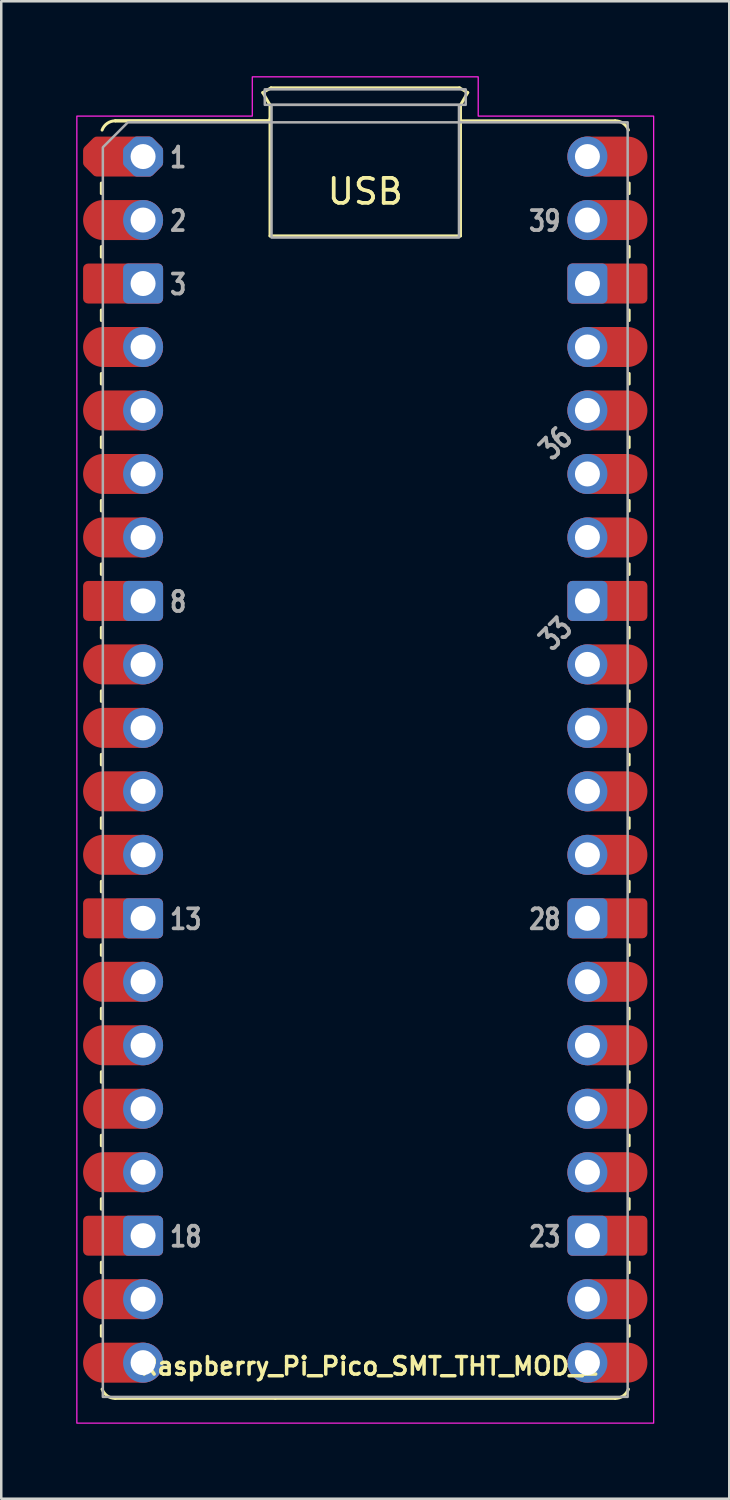
<source format=kicad_pcb>
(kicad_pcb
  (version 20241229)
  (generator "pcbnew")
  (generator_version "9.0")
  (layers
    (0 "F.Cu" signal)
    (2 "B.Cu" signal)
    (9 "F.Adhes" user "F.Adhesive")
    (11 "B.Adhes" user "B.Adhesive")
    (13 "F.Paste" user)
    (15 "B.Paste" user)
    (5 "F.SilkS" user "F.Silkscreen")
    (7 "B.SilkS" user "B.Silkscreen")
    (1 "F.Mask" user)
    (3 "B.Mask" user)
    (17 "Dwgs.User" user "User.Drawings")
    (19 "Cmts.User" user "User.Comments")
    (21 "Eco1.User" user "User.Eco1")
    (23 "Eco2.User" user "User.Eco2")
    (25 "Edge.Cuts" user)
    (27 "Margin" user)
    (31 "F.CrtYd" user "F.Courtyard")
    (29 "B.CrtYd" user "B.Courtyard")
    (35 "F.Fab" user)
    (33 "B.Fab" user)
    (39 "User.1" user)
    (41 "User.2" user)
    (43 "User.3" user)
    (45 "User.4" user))
  (footprint "Raspberry_Pi_Pico_SMT_THT_MOD_2"
    (layer "F.Cu")
    (at 2.675 3.215)
    (property "Reference" "Raspberry_Pi_Pico_SMT_THT_MOD_2" (at 9.06 48.4 0) (layer "F.SilkS") (effects (font (size 0.7 0.7) (thickness 0.14) (bold yes))))
    (attr through_hole)
    (fp_line (start -1.67 1.06) (end -1.67 1.48) (stroke (width 0.12) (type solid)) (layer "F.SilkS"))
    (fp_line (start -1.67 3.6) (end -1.67 4.02) (stroke (width 0.12) (type solid)) (layer "F.SilkS"))
    (fp_line (start -1.67 6.14) (end -1.67 6.56) (stroke (width 0.12) (type solid)) (layer "F.SilkS"))
    (fp_line (start -1.67 8.68) (end -1.67 9.1) (stroke (width 0.12) (type solid)) (layer "F.SilkS"))
    (fp_line (start -1.67 11.22) (end -1.67 11.64) (stroke (width 0.12) (type solid)) (layer "F.SilkS"))
    (fp_line (start -1.67 13.76) (end -1.67 14.18) (stroke (width 0.12) (type solid)) (layer "F.SilkS"))
    (fp_line (start -1.67 16.3) (end -1.67 16.72) (stroke (width 0.12) (type solid)) (layer "F.SilkS"))
    (fp_line (start -1.67 18.84) (end -1.67 19.26) (stroke (width 0.12) (type solid)) (layer "F.SilkS"))
    (fp_line (start -1.67 21.38) (end -1.67 21.8) (stroke (width 0.12) (type solid)) (layer "F.SilkS"))
    (fp_line (start -1.67 23.92) (end -1.67 24.34) (stroke (width 0.12) (type solid)) (layer "F.SilkS"))
    (fp_line (start -1.67 26.46) (end -1.67 26.88) (stroke (width 0.12) (type solid)) (layer "F.SilkS"))
    (fp_line (start -1.67 29) (end -1.67 29.42) (stroke (width 0.12) (type solid)) (layer "F.SilkS"))
    (fp_line (start -1.67 31.54) (end -1.67 31.96) (stroke (width 0.12) (type solid)) (layer "F.SilkS"))
    (fp_line (start -1.67 34.08) (end -1.67 34.5) (stroke (width 0.12) (type solid)) (layer "F.SilkS"))
    (fp_line (start -1.67 36.62) (end -1.67 37.04) (stroke (width 0.12) (type solid)) (layer "F.SilkS"))
    (fp_line (start -1.67 39.16) (end -1.67 39.58) (stroke (width 0.12) (type solid)) (layer "F.SilkS"))
    (fp_line (start -1.67 41.7) (end -1.67 42.12) (stroke (width 0.12) (type solid)) (layer "F.SilkS"))
    (fp_line (start -1.67 44.24) (end -1.67 44.66) (stroke (width 0.12) (type solid)) (layer "F.SilkS"))
    (fp_line (start -1.67 46.78) (end -1.67 47.2) (stroke (width 0.12) (type solid)) (layer "F.SilkS"))
    (fp_line (start -1.11 -1.43) (end 5.08 -1.43) (stroke (width 0.12) (type solid)) (layer "F.SilkS"))
    (fp_line (start -1.11 49.69) (end 5.29 49.69) (stroke (width 0.12) (type solid)) (layer "F.SilkS"))
    (fp_line (start 4.79 -2.56) (end 5.12 -2.75) (stroke (width 0.12) (type solid)) (layer "F.SilkS"))
    (fp_line (start 5.08 -2.06) (end 4.79 -2.56) (stroke (width 0.12) (type solid)) (layer "F.SilkS"))
    (fp_line (start 5.08 -1.524) (end 5.08 3.175) (stroke (width 0.12) (type solid)) (layer "F.SilkS"))
    (fp_line (start 5.08 -1.43) (end -1.11 -1.43) (stroke (width 0.12) (type solid)) (layer "F.SilkS"))
    (fp_line (start 5.08 -1.43) (end 5.08 -2.06) (stroke (width 0.12) (type solid)) (layer "F.SilkS"))
    (fp_line (start 5.08 3.175) (end 12.7 3.175) (stroke (width 0.12) (type solid)) (layer "F.SilkS"))
    (fp_line (start 5.12 -2.75) (end 12.66 -2.75) (stroke (width 0.12) (type solid)) (layer "F.SilkS"))
    (fp_line (start 5.29 49.69) (end 18.89 49.69) (stroke (width 0.12) (type solid)) (layer "F.SilkS"))
    (fp_line (start 12.66 -2.75) (end 12.99 -2.56) (stroke (width 0.12) (type solid)) (layer "F.SilkS"))
    (fp_line (start 12.7 -2.06) (end 12.7 -1.43) (stroke (width 0.12) (type solid)) (layer "F.SilkS"))
    (fp_line (start 12.7 3.175) (end 12.7 -1.43) (stroke (width 0.12) (type solid)) (layer "F.SilkS"))
    (fp_line (start 12.99 -2.56) (end 12.7 -2.06) (stroke (width 0.12) (type solid)) (layer "F.SilkS"))
    (fp_line (start 18.89 -1.43) (end 12.7 -1.43) (stroke (width 0.12) (type solid)) (layer "F.SilkS"))
    (fp_line (start 19.45 1.06) (end 19.45 1.48) (stroke (width 0.12) (type solid)) (layer "F.SilkS"))
    (fp_line (start 19.45 3.6) (end 19.45 4.02) (stroke (width 0.12) (type solid)) (layer "F.SilkS"))
    (fp_line (start 19.45 6.14) (end 19.45 6.56) (stroke (width 0.12) (type solid)) (layer "F.SilkS"))
    (fp_line (start 19.45 8.68) (end 19.45 9.1) (stroke (width 0.12) (type solid)) (layer "F.SilkS"))
    (fp_line (start 19.45 11.22) (end 19.45 11.64) (stroke (width 0.12) (type solid)) (layer "F.SilkS"))
    (fp_line (start 19.45 13.76) (end 19.45 14.18) (stroke (width 0.12) (type solid)) (layer "F.SilkS"))
    (fp_line (start 19.45 16.3) (end 19.45 16.72) (stroke (width 0.12) (type solid)) (layer "F.SilkS"))
    (fp_line (start 19.45 18.84) (end 19.45 19.26) (stroke (width 0.12) (type solid)) (layer "F.SilkS"))
    (fp_line (start 19.45 21.38) (end 19.45 21.8) (stroke (width 0.12) (type solid)) (layer "F.SilkS"))
    (fp_line (start 19.45 23.92) (end 19.45 24.34) (stroke (width 0.12) (type solid)) (layer "F.SilkS"))
    (fp_line (start 19.45 26.46) (end 19.45 26.88) (stroke (width 0.12) (type solid)) (layer "F.SilkS"))
    (fp_line (start 19.45 29) (end 19.45 29.42) (stroke (width 0.12) (type solid)) (layer "F.SilkS"))
    (fp_line (start 19.45 31.54) (end 19.45 31.96) (stroke (width 0.12) (type solid)) (layer "F.SilkS"))
    (fp_line (start 19.45 34.08) (end 19.45 34.5) (stroke (width 0.12) (type solid)) (layer "F.SilkS"))
    (fp_line (start 19.45 36.62) (end 19.45 37.04) (stroke (width 0.12) (type solid)) (layer "F.SilkS"))
    (fp_line (start 19.45 39.16) (end 19.45 39.58) (stroke (width 0.12) (type solid)) (layer "F.SilkS"))
    (fp_line (start 19.45 41.7) (end 19.45 42.12) (stroke (width 0.12) (type solid)) (layer "F.SilkS"))
    (fp_line (start 19.45 44.24) (end 19.45 44.66) (stroke (width 0.12) (type solid)) (layer "F.SilkS"))
    (fp_line (start 19.45 46.78) (end 19.45 47.2) (stroke (width 0.12) (type solid)) (layer "F.SilkS"))
    (fp_arc (start -1.64 -1.06) (mid -1.433508 -1.328808) (end -1.11 -1.43) (stroke (width 0.12) (type solid)) (layer "F.SilkS"))
    (fp_arc (start -1.11 49.69) (mid -1.433508 49.588809) (end -1.64 49.32) (stroke (width 0.12) (type solid)) (layer "F.SilkS"))
    (fp_arc (start 18.89 -1.43) (mid 19.213508 -1.328809) (end 19.42 -1.06) (stroke (width 0.12) (type solid)) (layer "F.SilkS"))
    (fp_arc (start 19.42 49.32) (mid 19.213508 49.588808) (end 18.89 49.69) (stroke (width 0.12) (type solid)) (layer "F.SilkS"))
    (fp_poly (pts (xy 13.41 -1.62) (xy 20.43 -1.62) (xy 20.43 50.68) (xy -2.65 50.68) (xy -2.65 -1.62) (xy 4.37 -1.62) (xy 4.37 -3.19) (xy 13.41 -3.19)) (stroke (width 0.05) (type solid)) (fill no) (layer "F.CrtYd"))
    (fp_rect (start 4.87 -2.69) (end 12.91 -2.07) (stroke (width 0.1) (type solid)) (fill no) (layer "F.Fab"))
    (fp_rect (start 5.14 -2.07) (end 12.64 3.24) (stroke (width 0.1) (type solid)) (fill no) (layer "F.Fab"))
    (fp_poly (pts (xy 19.39 49.63) (xy -1.61 49.63) (xy -1.61 -0.37) (xy -0.61 -1.37) (xy 19.39 -1.37)) (stroke (width 0.1) (type solid)) (fill no) (layer "F.Fab"))
    (fp_text user "USB" (at 8.89 1.397 0) (unlocked yes) (layer "F.SilkS") (effects (font (size 1 1) (thickness 0.15))))
    (fp_text user "39" (at 16.78 2.578 0) (unlocked yes) (layer "F.Fab") (effects (font (size 0.8 0.64) (thickness 0.15)) (justify right)))
    (fp_text user "23" (at 16.78 43.218 0) (unlocked yes) (layer "F.Fab") (effects (font (size 0.8 0.64) (thickness 0.15)) (justify right)))
    (fp_text user "2" (at 1 2.578 0) (unlocked yes) (layer "F.Fab") (effects (font (size 0.8 0.64) (thickness 0.15)) (justify left)))
    (fp_text user "28" (at 16.78 30.518 0) (unlocked yes) (layer "F.Fab") (effects (font (size 0.8 0.64) (thickness 0.15)) (justify right)))
    (fp_text user "18" (at 1 43.218 0) (unlocked yes) (layer "F.Fab") (effects (font (size 0.8 0.64) (thickness 0.15)) (justify left)))
    (fp_text user "8" (at 1 17.818 0) (unlocked yes) (layer "F.Fab") (effects (font (size 0.8 0.64) (thickness 0.15)) (justify left)))
    (fp_text user "33" (at 16.51 19.088 45) (unlocked yes) (layer "F.Fab") (effects (font (size 0.8 0.64) (thickness 0.15))))
    (fp_text user "13" (at 1 30.518 0) (unlocked yes) (layer "F.Fab") (effects (font (size 0.8 0.64) (thickness 0.15)) (justify left)))
    (fp_text user "3" (at 1 5.118 0) (unlocked yes) (layer "F.Fab") (effects (font (size 0.8 0.64) (thickness 0.15)) (justify left)))
    (fp_text user "1" (at 1 0.038 0) (unlocked yes) (layer "F.Fab") (effects (font (size 0.8 0.64) (thickness 0.15)) (justify left)))
    (fp_text user "36" (at 16.51 11.468 45) (unlocked yes) (layer "F.Fab") (effects (font (size 0.8 0.64) (thickness 0.15))))
    (pad "1" smd custom (at -1.6 0) (size 1.6 1.6) (layers "F.Cu" "F.Mask") (options (anchor circle)) (primitives (gr_poly (pts (xy 2.2 0.249) (xy 1.849 0.6) (xy -0.249 0.6) (xy -0.6 0.249) (xy -0.6 -0.249) (xy -0.249 -0.6) (xy 1.849 -0.6) (xy 2.2 -0.249)) (width 0.4) (fill yes))))
    (pad "1" thru_hole custom (at 0 0) (size 1.6 1.6) (drill 1) (layers "*.Cu" "*.Mask") (options (anchor circle)) (primitives (gr_poly (pts (xy 0.6 0.249) (xy 0.249 0.6) (xy -0.249 0.6) (xy -0.6 0.249) (xy -0.6 -0.249) (xy -0.249 -0.6) (xy 0.249 -0.6) (xy 0.6 -0.249)) (width 0.4) (fill yes))))
    (pad "2" smd oval (at -1.6 2.54) (size 3.2 1.6) (drill (offset 0.8 0)) (layers "F.Cu" "F.Mask"))
    (pad "2" thru_hole circle (at 0 2.54) (size 1.6 1.6) (drill 1) (layers "*.Cu" "*.Mask"))
    (pad "3" smd roundrect (at -1.6 5.08) (size 3.2 1.6) (drill (offset 0.8 0)) (layers "F.Cu" "F.Mask") (roundrect_rratio 0.125))
    (pad "3" thru_hole roundrect (at 0 5.08) (size 1.6 1.6) (drill 1) (layers "*.Cu" "*.Mask") (roundrect_rratio 0.125))
    (pad "4" smd oval (at -1.6 7.62) (size 3.2 1.6) (drill (offset 0.8 0)) (layers "F.Cu" "F.Mask"))
    (pad "4" thru_hole circle (at 0 7.62) (size 1.6 1.6) (drill 1) (layers "*.Cu" "*.Mask"))
    (pad "5" smd oval (at -1.6 10.16) (size 3.2 1.6) (drill (offset 0.8 0)) (layers "F.Cu" "F.Mask"))
    (pad "5" thru_hole circle (at 0 10.16) (size 1.6 1.6) (drill 1) (layers "*.Cu" "*.Mask"))
    (pad "6" smd oval (at -1.6 12.7) (size 3.2 1.6) (drill (offset 0.8 0)) (layers "F.Cu" "F.Mask"))
    (pad "6" thru_hole circle (at 0 12.7) (size 1.6 1.6) (drill 1) (layers "*.Cu" "*.Mask"))
    (pad "7" smd oval (at -1.6 15.24) (size 3.2 1.6) (drill (offset 0.8 0)) (layers "F.Cu" "F.Mask"))
    (pad "7" thru_hole circle (at 0 15.24) (size 1.6 1.6) (drill 1) (layers "*.Cu" "*.Mask"))
    (pad "8" smd roundrect (at -1.6 17.78) (size 3.2 1.6) (drill (offset 0.8 0)) (layers "F.Cu" "F.Mask") (roundrect_rratio 0.125))
    (pad "8" thru_hole roundrect (at 0 17.78) (size 1.6 1.6) (drill 1) (layers "*.Cu" "*.Mask") (roundrect_rratio 0.125))
    (pad "9" smd oval (at -1.6 20.32) (size 3.2 1.6) (drill (offset 0.8 0)) (layers "F.Cu" "F.Mask"))
    (pad "9" thru_hole circle (at 0 20.32) (size 1.6 1.6) (drill 1) (layers "*.Cu" "*.Mask"))
    (pad "10" smd oval (at -1.6 22.86) (size 3.2 1.6) (drill (offset 0.8 0)) (layers "F.Cu" "F.Mask"))
    (pad "10" thru_hole circle (at 0 22.86) (size 1.6 1.6) (drill 1) (layers "*.Cu" "*.Mask"))
    (pad "11" smd oval (at -1.6 25.4) (size 3.2 1.6) (drill (offset 0.8 0)) (layers "F.Cu" "F.Mask"))
    (pad "11" thru_hole circle (at 0 25.4) (size 1.6 1.6) (drill 1) (layers "*.Cu" "*.Mask"))
    (pad "12" smd oval (at -1.6 27.94) (size 3.2 1.6) (drill (offset 0.8 0)) (layers "F.Cu" "F.Mask"))
    (pad "12" thru_hole circle (at 0 27.94) (size 1.6 1.6) (drill 1) (layers "*.Cu" "*.Mask"))
    (pad "13" smd roundrect (at -1.6 30.48) (size 3.2 1.6) (drill (offset 0.8 0)) (layers "F.Cu" "F.Mask") (roundrect_rratio 0.125))
    (pad "13" thru_hole roundrect (at 0 30.48) (size 1.6 1.6) (drill 1) (layers "*.Cu" "*.Mask") (roundrect_rratio 0.125))
    (pad "14" smd oval (at -1.6 33.02) (size 3.2 1.6) (drill (offset 0.8 0)) (layers "F.Cu" "F.Mask"))
    (pad "14" thru_hole circle (at 0 33.02) (size 1.6 1.6) (drill 1) (layers "*.Cu" "*.Mask"))
    (pad "15" smd oval (at -1.6 35.56) (size 3.2 1.6) (drill (offset 0.8 0)) (layers "F.Cu" "F.Mask"))
    (pad "15" thru_hole circle (at 0 35.56) (size 1.6 1.6) (drill 1) (layers "*.Cu" "*.Mask"))
    (pad "16" smd oval (at -1.6 38.1) (size 3.2 1.6) (drill (offset 0.8 0)) (layers "F.Cu" "F.Mask"))
    (pad "16" thru_hole circle (at 0 38.1) (size 1.6 1.6) (drill 1) (layers "*.Cu" "*.Mask"))
    (pad "17" smd oval (at -1.6 40.64) (size 3.2 1.6) (drill (offset 0.8 0)) (layers "F.Cu" "F.Mask"))
    (pad "17" thru_hole circle (at 0 40.64) (size 1.6 1.6) (drill 1) (layers "*.Cu" "*.Mask"))
    (pad "18" smd roundrect (at -1.6 43.18) (size 3.2 1.6) (drill (offset 0.8 0)) (layers "F.Cu" "F.Mask") (roundrect_rratio 0.125))
    (pad "18" thru_hole roundrect (at 0 43.18) (size 1.6 1.6) (drill 1) (layers "*.Cu" "*.Mask") (roundrect_rratio 0.125))
    (pad "19" smd oval (at -1.6 45.72) (size 3.2 1.6) (drill (offset 0.8 0)) (layers "F.Cu" "F.Mask"))
    (pad "19" thru_hole circle (at 0 45.72) (size 1.6 1.6) (drill 1) (layers "*.Cu" "*.Mask"))
    (pad "20" smd oval (at -1.6 48.26) (size 3.2 1.6) (drill (offset 0.8 0)) (layers "F.Cu" "F.Mask"))
    (pad "20" thru_hole circle (at 0 48.26) (size 1.6 1.6) (drill 1) (layers "*.Cu" "*.Mask"))
    (pad "21" thru_hole circle (at 17.78 48.26) (size 1.6 1.6) (drill 1) (layers "*.Cu" "*.Mask"))
    (pad "21" smd oval (at 19.38 48.26) (size 3.2 1.6) (drill (offset -0.8 0)) (layers "F.Cu" "F.Mask"))
    (pad "22" thru_hole circle (at 17.78 45.72) (size 1.6 1.6) (drill 1) (layers "*.Cu" "*.Mask"))
    (pad "22" smd oval (at 19.38 45.72) (size 3.2 1.6) (drill (offset -0.8 0)) (layers "F.Cu" "F.Mask"))
    (pad "23" thru_hole roundrect (at 17.78 43.18) (size 1.6 1.6) (drill 1) (layers "*.Cu" "*.Mask") (roundrect_rratio 0.125))
    (pad "23" smd roundrect (at 19.38 43.18) (size 3.2 1.6) (drill (offset -0.8 0)) (layers "F.Cu" "F.Mask") (roundrect_rratio 0.125))
    (pad "24" thru_hole circle (at 17.78 40.64) (size 1.6 1.6) (drill 1) (layers "*.Cu" "*.Mask"))
    (pad "24" smd oval (at 19.38 40.64) (size 3.2 1.6) (drill (offset -0.8 0)) (layers "F.Cu" "F.Mask"))
    (pad "25" thru_hole circle (at 17.78 38.1) (size 1.6 1.6) (drill 1) (layers "*.Cu" "*.Mask"))
    (pad "25" smd oval (at 19.38 38.1) (size 3.2 1.6) (drill (offset -0.8 0)) (layers "F.Cu" "F.Mask"))
    (pad "26" thru_hole circle (at 17.78 35.56) (size 1.6 1.6) (drill 1) (layers "*.Cu" "*.Mask"))
    (pad "26" smd oval (at 19.38 35.56) (size 3.2 1.6) (drill (offset -0.8 0)) (layers "F.Cu" "F.Mask"))
    (pad "27" thru_hole circle (at 17.78 33.02) (size 1.6 1.6) (drill 1) (layers "*.Cu" "*.Mask"))
    (pad "27" smd oval (at 19.38 33.02) (size 3.2 1.6) (drill (offset -0.8 0)) (layers "F.Cu" "F.Mask"))
    (pad "28" thru_hole roundrect (at 17.78 30.48) (size 1.6 1.6) (drill 1) (layers "*.Cu" "*.Mask") (roundrect_rratio 0.125))
    (pad "28" smd roundrect (at 19.38 30.48) (size 3.2 1.6) (drill (offset -0.8 0)) (layers "F.Cu" "F.Mask") (roundrect_rratio 0.125))
    (pad "29" thru_hole circle (at 17.78 27.94) (size 1.6 1.6) (drill 1) (layers "*.Cu" "*.Mask"))
    (pad "29" smd oval (at 19.38 27.94) (size 3.2 1.6) (drill (offset -0.8 0)) (layers "F.Cu" "F.Mask"))
    (pad "30" thru_hole circle (at 17.78 25.4) (size 1.6 1.6) (drill 1) (layers "*.Cu" "*.Mask"))
    (pad "30" smd oval (at 19.38 25.4) (size 3.2 1.6) (drill (offset -0.8 0)) (layers "F.Cu" "F.Mask"))
    (pad "31" thru_hole circle (at 17.78 22.86) (size 1.6 1.6) (drill 1) (layers "*.Cu" "*.Mask"))
    (pad "31" smd oval (at 19.38 22.86) (size 3.2 1.6) (drill (offset -0.8 0)) (layers "F.Cu" "F.Mask"))
    (pad "32" thru_hole circle (at 17.78 20.32) (size 1.6 1.6) (drill 1) (layers "*.Cu" "*.Mask"))
    (pad "32" smd oval (at 19.38 20.32) (size 3.2 1.6) (drill (offset -0.8 0)) (layers "F.Cu" "F.Mask"))
    (pad "33" thru_hole roundrect (at 17.78 17.78) (size 1.6 1.6) (drill 1) (layers "*.Cu" "*.Mask") (roundrect_rratio 0.125))
    (pad "33" smd roundrect (at 19.38 17.78) (size 3.2 1.6) (drill (offset -0.8 0)) (layers "F.Cu" "F.Mask") (roundrect_rratio 0.125))
    (pad "34" thru_hole circle (at 17.78 15.24) (size 1.6 1.6) (drill 1) (layers "*.Cu" "*.Mask"))
    (pad "34" smd oval (at 19.38 15.24) (size 3.2 1.6) (drill (offset -0.8 0)) (layers "F.Cu" "F.Mask"))
    (pad "35" thru_hole circle (at 17.78 12.7) (size 1.6 1.6) (drill 1) (layers "*.Cu" "*.Mask"))
    (pad "35" smd oval (at 19.38 12.7) (size 3.2 1.6) (drill (offset -0.8 0)) (layers "F.Cu" "F.Mask"))
    (pad "36" thru_hole circle (at 17.78 10.16) (size 1.6 1.6) (drill 1) (layers "*.Cu" "*.Mask"))
    (pad "36" smd oval (at 19.38 10.16) (size 3.2 1.6) (drill (offset -0.8 0)) (layers "F.Cu" "F.Mask"))
    (pad "37" thru_hole circle (at 17.78 7.62) (size 1.6 1.6) (drill 1) (layers "*.Cu" "*.Mask"))
    (pad "37" smd oval (at 19.38 7.62) (size 3.2 1.6) (drill (offset -0.8 0)) (layers "F.Cu" "F.Mask"))
    (pad "38" thru_hole roundrect (at 17.78 5.08) (size 1.6 1.6) (drill 1) (layers "*.Cu" "*.Mask") (roundrect_rratio 0.125))
    (pad "38" smd roundrect (at 19.38 5.08) (size 3.2 1.6) (drill (offset -0.8 0)) (layers "F.Cu" "F.Mask") (roundrect_rratio 0.125))
    (pad "39" thru_hole circle (at 17.78 2.54) (size 1.6 1.6) (drill 1) (layers "*.Cu" "*.Mask"))
    (pad "39" smd oval (at 19.38 2.54) (size 3.2 1.6) (drill (offset -0.8 0)) (layers "F.Cu" "F.Mask"))
    (pad "40" thru_hole circle (at 17.78 0) (size 1.6 1.6) (drill 1) (layers "*.Cu" "*.Mask"))
    (pad "40" smd oval (at 19.38 0) (size 3.2 1.6) (drill (offset -0.8 0)) (layers "F.Cu" "F.Mask"))
    (zone (net_name "") (layer "F.Cu") (name "Test Point Keepout") (hatch full 0.508) (connect_pads) (min_thickness 0.254) (filled_areas_thickness no) (keepout (tracks not_allowed) (vias not_allowed) (pads allowed) (copperpour not_allowed) (footprints allowed)) (placement (enabled no)) (fill) (polygon (pts (xy 10.115 10.895) (xy 8.015 10.895) (xy 8.015 8.795) (xy 10.115 8.795))))
    (zone (net_name "") (layer "F.Cu") (name "Test Point Keepout") (hatch full 0.508) (connect_pads) (min_thickness 0.254) (filled_areas_thickness no) (keepout (tracks not_allowed) (vias not_allowed) (pads allowed) (copperpour not_allowed) (footprints allowed)) (placement (enabled no)) (fill) (polygon (pts (xy 10.115 13.395) (xy 8.015 13.395) (xy 8.015 11.295) (xy 10.115 11.295))))
    (zone (net_name "") (layer "F.Cu") (name "Test Point Keepout") (hatch full 0.508) (connect_pads) (min_thickness 0.254) (filled_areas_thickness no) (keepout (tracks not_allowed) (vias not_allowed) (pads allowed) (copperpour not_allowed) (footprints allowed)) (placement (enabled no)) (fill) (polygon (pts (xy 10.115 15.895) (xy 8.015 15.895) (xy 8.015 13.795) (xy 10.115 13.795))))
    (zone (net_name "") (layer "F.Cu") (name "Test Point Keepout") (hatch full 0.508) (connect_pads) (min_thickness 0.254) (filled_areas_thickness no) (keepout (tracks not_allowed) (vias not_allowed) (pads allowed) (copperpour not_allowed) (footprints allowed)) (placement (enabled no)) (fill) (polygon (pts (xy 12.615 7.395) (xy 10.515 7.395) (xy 10.515 5.295) (xy 12.615 5.295))))
    (zone (net_name "") (layer "F.Cu") (name "Test Point Keepout") (hatch full 0.508) (connect_pads) (min_thickness 0.254) (filled_areas_thickness no) (keepout (tracks not_allowed) (vias not_allowed) (pads allowed) (copperpour not_allowed) (footprints allowed)) (placement (enabled no)) (fill) (polygon (pts (xy 13.615 4.095) (xy 9.515 4.095) (xy 9.515 1.995) (xy 13.615 1.995)))))
  (gr_rect
    (start -3 -3)
    (end 26.13 56.92)
    (stroke (width 0.1) (type default))
    (fill no)
    (layer "Edge.Cuts")))
</source>
